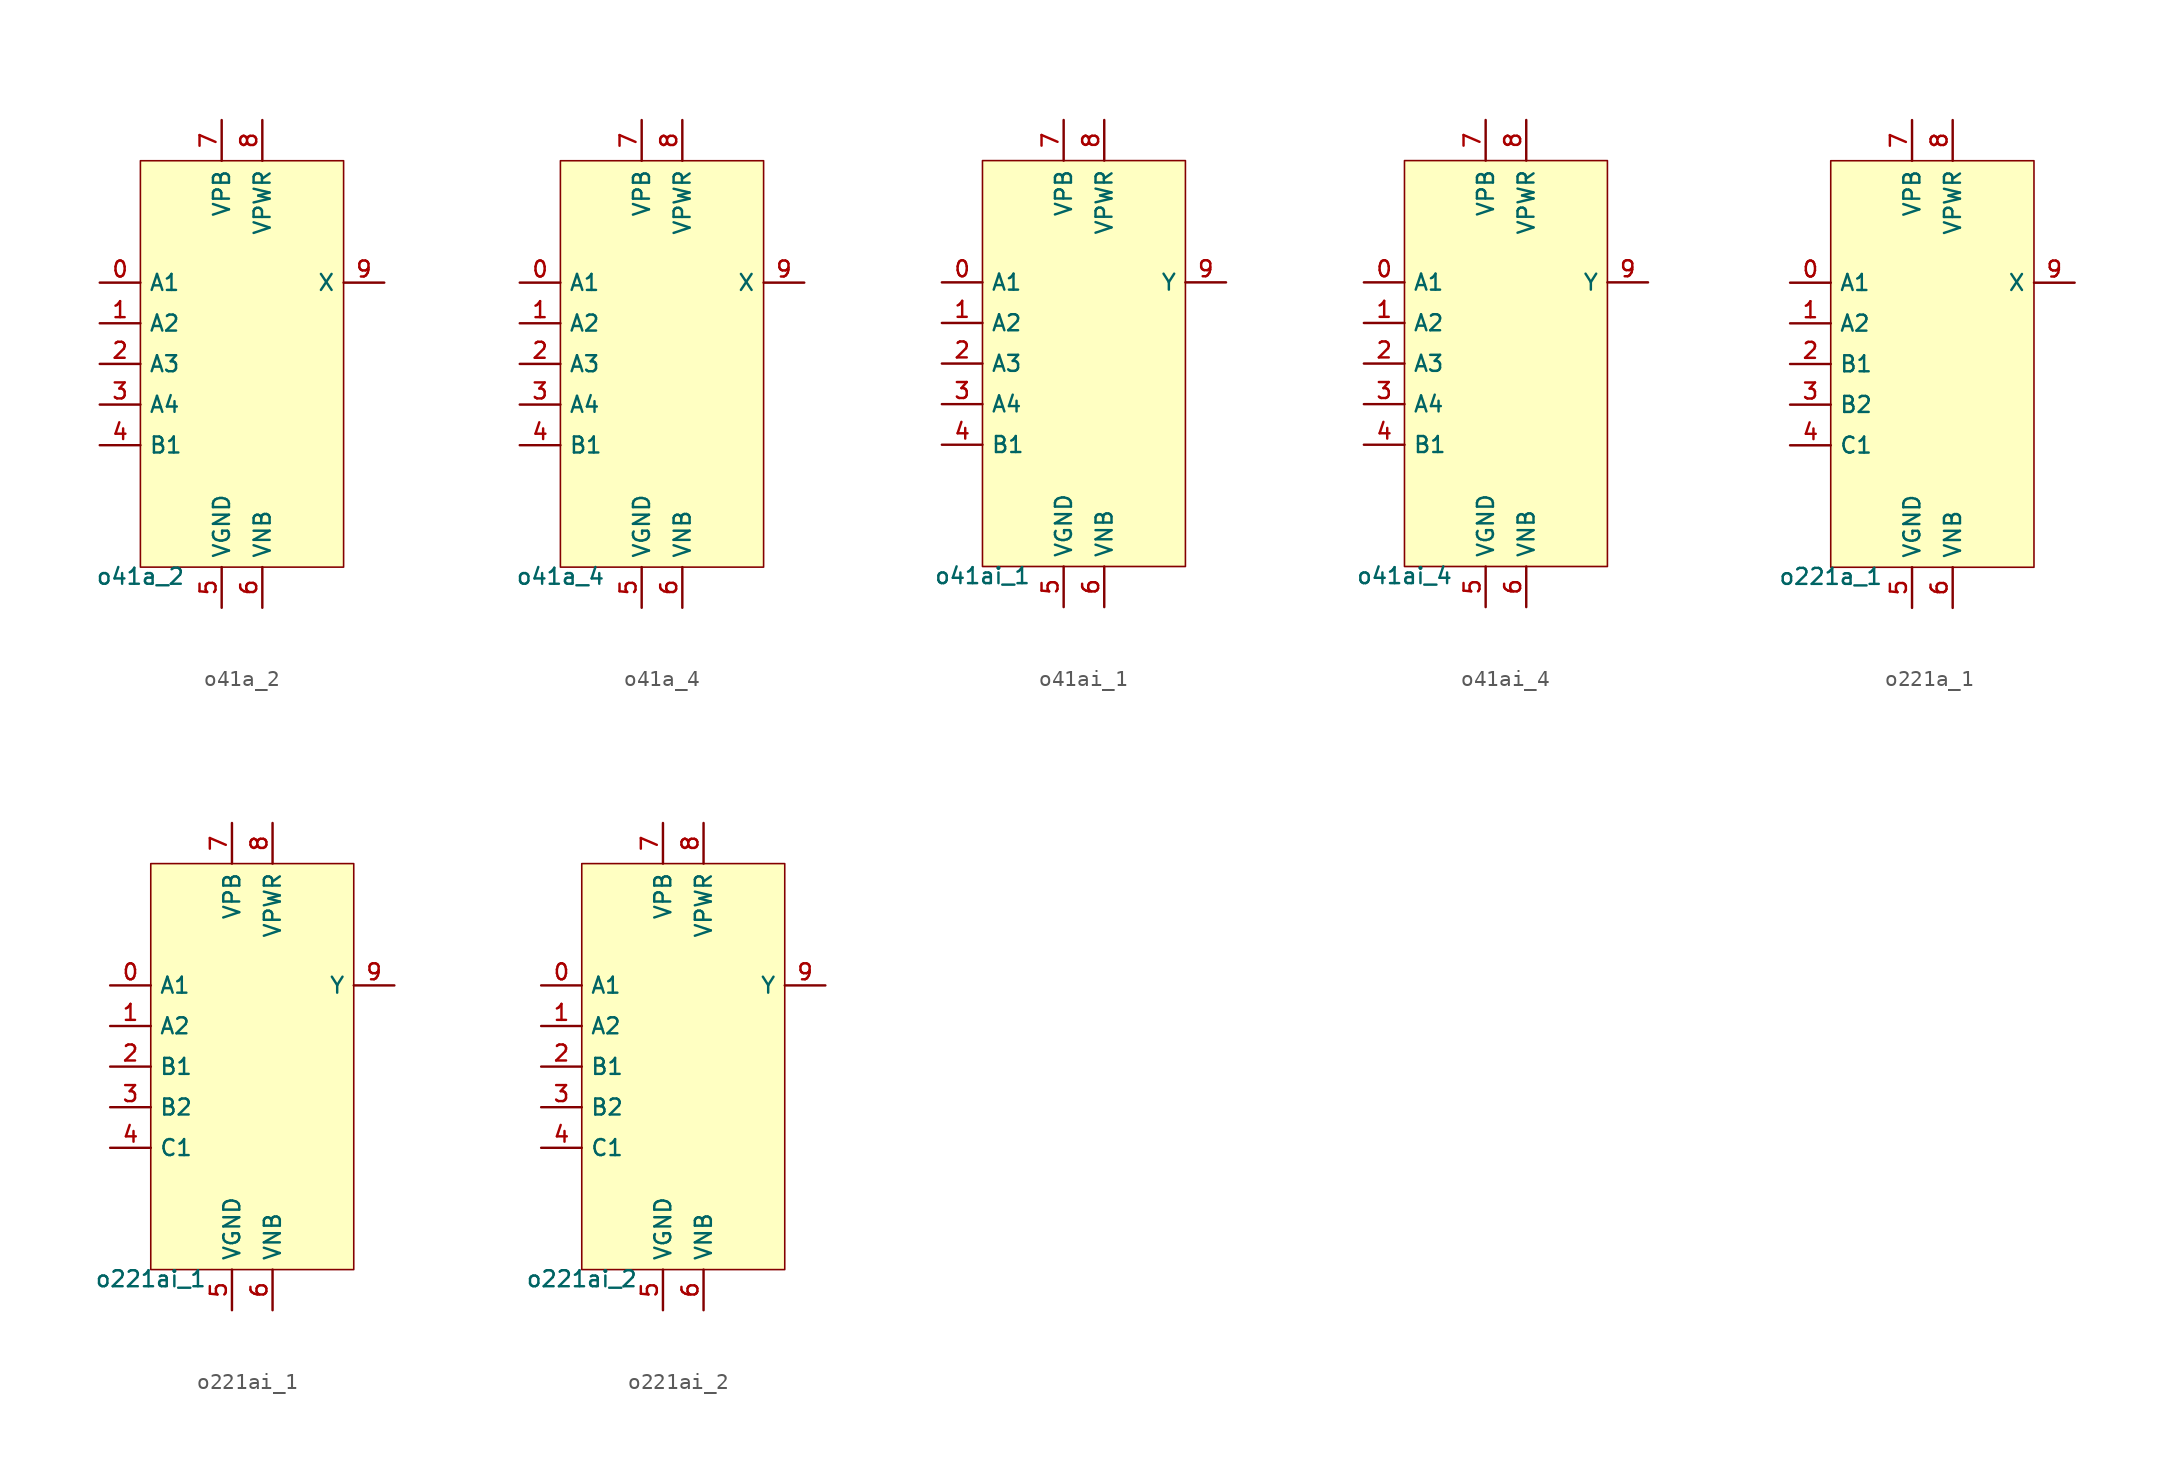
<source format=kicad_sym>
(kicad_symbol_lib
  (version 20211014)
  (generator lef2kicad_sym)
  (symbol "o41a_2"
    (property "Reference" "CELL"
      (at 0 0 0)
      (effects (font (size 1 1)) hide))
    (property "Value" "o41a_2"
      (at -6.35 -12.7 0)
      (effects (font (size 1 1)) (justify top)))
    (rectangle
      (start -6.35 -12.7)
      (end 6.35 12.7)
      (stroke (width 0.1) (type solid) (color 0 0 0 0))
      (fill (type background)))
    (pin input line
      (at -8.89 5.08 0)
      (length 2.54)
      (name "A1" (effects (font (size 1 1)) hide))
      (number "0" (effects (font (size 1 1)) hide)))
    (pin input line
      (at -8.89 2.54 0)
      (length 2.54)
      (name "A2" (effects (font (size 1 1)) hide))
      (number "1" (effects (font (size 1 1)) hide)))
    (pin input line
      (at -8.89 -8.881784197001252e-16 0)
      (length 2.54)
      (name "A3" (effects (font (size 1 1)) hide))
      (number "2" (effects (font (size 1 1)) hide)))
    (pin input line
      (at -8.89 -2.54 0)
      (length 2.54)
      (name "A4" (effects (font (size 1 1)) hide))
      (number "3" (effects (font (size 1 1)) hide)))
    (pin input line
      (at -8.89 -5.08 0)
      (length 2.54)
      (name "B1" (effects (font (size 1 1)) hide))
      (number "4" (effects (font (size 1 1)) hide)))
    (pin power_in line
      (at -1.27 -15.24 90)
      (length 2.54)
      (name "VGND" (effects (font (size 1 1)) hide))
      (number "5" (effects (font (size 1 1)) hide)))
    (pin power_in line
      (at 1.27 -15.24 90)
      (length 2.54)
      (name "VNB" (effects (font (size 1 1)) hide))
      (number "6" (effects (font (size 1 1)) hide)))
    (pin power_in line
      (at -1.27 15.24 270)
      (length 2.54)
      (name "VPB" (effects (font (size 1 1)) hide))
      (number "7" (effects (font (size 1 1)) hide)))
    (pin power_in line
      (at 1.27 15.24 270)
      (length 2.54)
      (name "VPWR" (effects (font (size 1 1)) hide))
      (number "8" (effects (font (size 1 1)) hide)))
    (pin output line
      (at 8.89 5.08 180)
      (length 2.54)
      (name "X" (effects (font (size 1 1)) hide))
      (number "9" (effects (font (size 1 1)) hide))))
  (symbol "o41a_4"
    (property "Reference" "CELL"
      (at 0 0 0)
      (effects (font (size 1 1)) hide))
    (property "Value" "o41a_4"
      (at -6.35 -12.7 0)
      (effects (font (size 1 1)) (justify top)))
    (rectangle
      (start -6.35 -12.7)
      (end 6.35 12.7)
      (stroke (width 0.1) (type solid) (color 0 0 0 0))
      (fill (type background)))
    (pin input line
      (at -8.89 5.08 0)
      (length 2.54)
      (name "A1" (effects (font (size 1 1)) hide))
      (number "0" (effects (font (size 1 1)) hide)))
    (pin input line
      (at -8.89 2.54 0)
      (length 2.54)
      (name "A2" (effects (font (size 1 1)) hide))
      (number "1" (effects (font (size 1 1)) hide)))
    (pin input line
      (at -8.89 -8.881784197001252e-16 0)
      (length 2.54)
      (name "A3" (effects (font (size 1 1)) hide))
      (number "2" (effects (font (size 1 1)) hide)))
    (pin input line
      (at -8.89 -2.54 0)
      (length 2.54)
      (name "A4" (effects (font (size 1 1)) hide))
      (number "3" (effects (font (size 1 1)) hide)))
    (pin input line
      (at -8.89 -5.08 0)
      (length 2.54)
      (name "B1" (effects (font (size 1 1)) hide))
      (number "4" (effects (font (size 1 1)) hide)))
    (pin power_in line
      (at -1.27 -15.24 90)
      (length 2.54)
      (name "VGND" (effects (font (size 1 1)) hide))
      (number "5" (effects (font (size 1 1)) hide)))
    (pin power_in line
      (at 1.27 -15.24 90)
      (length 2.54)
      (name "VNB" (effects (font (size 1 1)) hide))
      (number "6" (effects (font (size 1 1)) hide)))
    (pin power_in line
      (at -1.27 15.24 270)
      (length 2.54)
      (name "VPB" (effects (font (size 1 1)) hide))
      (number "7" (effects (font (size 1 1)) hide)))
    (pin power_in line
      (at 1.27 15.24 270)
      (length 2.54)
      (name "VPWR" (effects (font (size 1 1)) hide))
      (number "8" (effects (font (size 1 1)) hide)))
    (pin output line
      (at 8.89 5.08 180)
      (length 2.54)
      (name "X" (effects (font (size 1 1)) hide))
      (number "9" (effects (font (size 1 1)) hide))))
  (symbol "o41ai_1"
    (property "Reference" "CELL"
      (at 0 0 0)
      (effects (font (size 1 1)) hide))
    (property "Value" "o41ai_1"
      (at -6.35 -12.7 0)
      (effects (font (size 1 1)) (justify top)))
    (rectangle
      (start -6.35 -12.7)
      (end 6.35 12.7)
      (stroke (width 0.1) (type solid) (color 0 0 0 0))
      (fill (type background)))
    (pin input line
      (at -8.89 5.08 0)
      (length 2.54)
      (name "A1" (effects (font (size 1 1)) hide))
      (number "0" (effects (font (size 1 1)) hide)))
    (pin input line
      (at -8.89 2.54 0)
      (length 2.54)
      (name "A2" (effects (font (size 1 1)) hide))
      (number "1" (effects (font (size 1 1)) hide)))
    (pin input line
      (at -8.89 -8.881784197001252e-16 0)
      (length 2.54)
      (name "A3" (effects (font (size 1 1)) hide))
      (number "2" (effects (font (size 1 1)) hide)))
    (pin input line
      (at -8.89 -2.54 0)
      (length 2.54)
      (name "A4" (effects (font (size 1 1)) hide))
      (number "3" (effects (font (size 1 1)) hide)))
    (pin input line
      (at -8.89 -5.08 0)
      (length 2.54)
      (name "B1" (effects (font (size 1 1)) hide))
      (number "4" (effects (font (size 1 1)) hide)))
    (pin power_in line
      (at -1.27 -15.24 90)
      (length 2.54)
      (name "VGND" (effects (font (size 1 1)) hide))
      (number "5" (effects (font (size 1 1)) hide)))
    (pin power_in line
      (at 1.27 -15.24 90)
      (length 2.54)
      (name "VNB" (effects (font (size 1 1)) hide))
      (number "6" (effects (font (size 1 1)) hide)))
    (pin power_in line
      (at -1.27 15.24 270)
      (length 2.54)
      (name "VPB" (effects (font (size 1 1)) hide))
      (number "7" (effects (font (size 1 1)) hide)))
    (pin power_in line
      (at 1.27 15.24 270)
      (length 2.54)
      (name "VPWR" (effects (font (size 1 1)) hide))
      (number "8" (effects (font (size 1 1)) hide)))
    (pin output line
      (at 8.89 5.08 180)
      (length 2.54)
      (name "Y" (effects (font (size 1 1)) hide))
      (number "9" (effects (font (size 1 1)) hide))))
  (symbol "o41ai_4"
    (property "Reference" "CELL"
      (at 0 0 0)
      (effects (font (size 1 1)) hide))
    (property "Value" "o41ai_4"
      (at -6.35 -12.7 0)
      (effects (font (size 1 1)) (justify top)))
    (rectangle
      (start -6.35 -12.7)
      (end 6.35 12.7)
      (stroke (width 0.1) (type solid) (color 0 0 0 0))
      (fill (type background)))
    (pin input line
      (at -8.89 5.08 0)
      (length 2.54)
      (name "A1" (effects (font (size 1 1)) hide))
      (number "0" (effects (font (size 1 1)) hide)))
    (pin input line
      (at -8.89 2.54 0)
      (length 2.54)
      (name "A2" (effects (font (size 1 1)) hide))
      (number "1" (effects (font (size 1 1)) hide)))
    (pin input line
      (at -8.89 -8.881784197001252e-16 0)
      (length 2.54)
      (name "A3" (effects (font (size 1 1)) hide))
      (number "2" (effects (font (size 1 1)) hide)))
    (pin input line
      (at -8.89 -2.54 0)
      (length 2.54)
      (name "A4" (effects (font (size 1 1)) hide))
      (number "3" (effects (font (size 1 1)) hide)))
    (pin input line
      (at -8.89 -5.08 0)
      (length 2.54)
      (name "B1" (effects (font (size 1 1)) hide))
      (number "4" (effects (font (size 1 1)) hide)))
    (pin power_in line
      (at -1.27 -15.24 90)
      (length 2.54)
      (name "VGND" (effects (font (size 1 1)) hide))
      (number "5" (effects (font (size 1 1)) hide)))
    (pin power_in line
      (at 1.27 -15.24 90)
      (length 2.54)
      (name "VNB" (effects (font (size 1 1)) hide))
      (number "6" (effects (font (size 1 1)) hide)))
    (pin power_in line
      (at -1.27 15.24 270)
      (length 2.54)
      (name "VPB" (effects (font (size 1 1)) hide))
      (number "7" (effects (font (size 1 1)) hide)))
    (pin power_in line
      (at 1.27 15.24 270)
      (length 2.54)
      (name "VPWR" (effects (font (size 1 1)) hide))
      (number "8" (effects (font (size 1 1)) hide)))
    (pin output line
      (at 8.89 5.08 180)
      (length 2.54)
      (name "Y" (effects (font (size 1 1)) hide))
      (number "9" (effects (font (size 1 1)) hide))))
  (symbol "o221a_1"
    (property "Reference" "CELL"
      (at 0 0 0)
      (effects (font (size 1 1)) hide))
    (property "Value" "o221a_1"
      (at -6.35 -12.7 0)
      (effects (font (size 1 1)) (justify top)))
    (rectangle
      (start -6.35 -12.7)
      (end 6.35 12.7)
      (stroke (width 0.1) (type solid) (color 0 0 0 0))
      (fill (type background)))
    (pin input line
      (at -8.89 5.08 0)
      (length 2.54)
      (name "A1" (effects (font (size 1 1)) hide))
      (number "0" (effects (font (size 1 1)) hide)))
    (pin input line
      (at -8.89 2.54 0)
      (length 2.54)
      (name "A2" (effects (font (size 1 1)) hide))
      (number "1" (effects (font (size 1 1)) hide)))
    (pin input line
      (at -8.89 -8.881784197001252e-16 0)
      (length 2.54)
      (name "B1" (effects (font (size 1 1)) hide))
      (number "2" (effects (font (size 1 1)) hide)))
    (pin input line
      (at -8.89 -2.54 0)
      (length 2.54)
      (name "B2" (effects (font (size 1 1)) hide))
      (number "3" (effects (font (size 1 1)) hide)))
    (pin input line
      (at -8.89 -5.08 0)
      (length 2.54)
      (name "C1" (effects (font (size 1 1)) hide))
      (number "4" (effects (font (size 1 1)) hide)))
    (pin power_in line
      (at -1.27 -15.24 90)
      (length 2.54)
      (name "VGND" (effects (font (size 1 1)) hide))
      (number "5" (effects (font (size 1 1)) hide)))
    (pin power_in line
      (at 1.27 -15.24 90)
      (length 2.54)
      (name "VNB" (effects (font (size 1 1)) hide))
      (number "6" (effects (font (size 1 1)) hide)))
    (pin power_in line
      (at -1.27 15.24 270)
      (length 2.54)
      (name "VPB" (effects (font (size 1 1)) hide))
      (number "7" (effects (font (size 1 1)) hide)))
    (pin power_in line
      (at 1.27 15.24 270)
      (length 2.54)
      (name "VPWR" (effects (font (size 1 1)) hide))
      (number "8" (effects (font (size 1 1)) hide)))
    (pin output line
      (at 8.89 5.08 180)
      (length 2.54)
      (name "X" (effects (font (size 1 1)) hide))
      (number "9" (effects (font (size 1 1)) hide))))
  (symbol "o221ai_1"
    (property "Reference" "CELL"
      (at 0 0 0)
      (effects (font (size 1 1)) hide))
    (property "Value" "o221ai_1"
      (at -6.35 -12.7 0)
      (effects (font (size 1 1)) (justify top)))
    (rectangle
      (start -6.35 -12.7)
      (end 6.35 12.7)
      (stroke (width 0.1) (type solid) (color 0 0 0 0))
      (fill (type background)))
    (pin input line
      (at -8.89 5.08 0)
      (length 2.54)
      (name "A1" (effects (font (size 1 1)) hide))
      (number "0" (effects (font (size 1 1)) hide)))
    (pin input line
      (at -8.89 2.54 0)
      (length 2.54)
      (name "A2" (effects (font (size 1 1)) hide))
      (number "1" (effects (font (size 1 1)) hide)))
    (pin input line
      (at -8.89 -8.881784197001252e-16 0)
      (length 2.54)
      (name "B1" (effects (font (size 1 1)) hide))
      (number "2" (effects (font (size 1 1)) hide)))
    (pin input line
      (at -8.89 -2.54 0)
      (length 2.54)
      (name "B2" (effects (font (size 1 1)) hide))
      (number "3" (effects (font (size 1 1)) hide)))
    (pin input line
      (at -8.89 -5.08 0)
      (length 2.54)
      (name "C1" (effects (font (size 1 1)) hide))
      (number "4" (effects (font (size 1 1)) hide)))
    (pin power_in line
      (at -1.27 -15.24 90)
      (length 2.54)
      (name "VGND" (effects (font (size 1 1)) hide))
      (number "5" (effects (font (size 1 1)) hide)))
    (pin power_in line
      (at 1.27 -15.24 90)
      (length 2.54)
      (name "VNB" (effects (font (size 1 1)) hide))
      (number "6" (effects (font (size 1 1)) hide)))
    (pin power_in line
      (at -1.27 15.24 270)
      (length 2.54)
      (name "VPB" (effects (font (size 1 1)) hide))
      (number "7" (effects (font (size 1 1)) hide)))
    (pin power_in line
      (at 1.27 15.24 270)
      (length 2.54)
      (name "VPWR" (effects (font (size 1 1)) hide))
      (number "8" (effects (font (size 1 1)) hide)))
    (pin output line
      (at 8.89 5.08 180)
      (length 2.54)
      (name "Y" (effects (font (size 1 1)) hide))
      (number "9" (effects (font (size 1 1)) hide))))
  (symbol "o221ai_2"
    (property "Reference" "CELL"
      (at 0 0 0)
      (effects (font (size 1 1)) hide))
    (property "Value" "o221ai_2"
      (at -6.35 -12.7 0)
      (effects (font (size 1 1)) (justify top)))
    (rectangle
      (start -6.35 -12.7)
      (end 6.35 12.7)
      (stroke (width 0.1) (type solid) (color 0 0 0 0))
      (fill (type background)))
    (pin input line
      (at -8.89 5.08 0)
      (length 2.54)
      (name "A1" (effects (font (size 1 1)) hide))
      (number "0" (effects (font (size 1 1)) hide)))
    (pin input line
      (at -8.89 2.54 0)
      (length 2.54)
      (name "A2" (effects (font (size 1 1)) hide))
      (number "1" (effects (font (size 1 1)) hide)))
    (pin input line
      (at -8.89 -8.881784197001252e-16 0)
      (length 2.54)
      (name "B1" (effects (font (size 1 1)) hide))
      (number "2" (effects (font (size 1 1)) hide)))
    (pin input line
      (at -8.89 -2.54 0)
      (length 2.54)
      (name "B2" (effects (font (size 1 1)) hide))
      (number "3" (effects (font (size 1 1)) hide)))
    (pin input line
      (at -8.89 -5.08 0)
      (length 2.54)
      (name "C1" (effects (font (size 1 1)) hide))
      (number "4" (effects (font (size 1 1)) hide)))
    (pin power_in line
      (at -1.27 -15.24 90)
      (length 2.54)
      (name "VGND" (effects (font (size 1 1)) hide))
      (number "5" (effects (font (size 1 1)) hide)))
    (pin power_in line
      (at 1.27 -15.24 90)
      (length 2.54)
      (name "VNB" (effects (font (size 1 1)) hide))
      (number "6" (effects (font (size 1 1)) hide)))
    (pin power_in line
      (at -1.27 15.24 270)
      (length 2.54)
      (name "VPB" (effects (font (size 1 1)) hide))
      (number "7" (effects (font (size 1 1)) hide)))
    (pin power_in line
      (at 1.27 15.24 270)
      (length 2.54)
      (name "VPWR" (effects (font (size 1 1)) hide))
      (number "8" (effects (font (size 1 1)) hide)))
    (pin output line
      (at 8.89 5.08 180)
      (length 2.54)
      (name "Y" (effects (font (size 1 1)) hide))
      (number "9" (effects (font (size 1 1)) hide)))))
</source>
